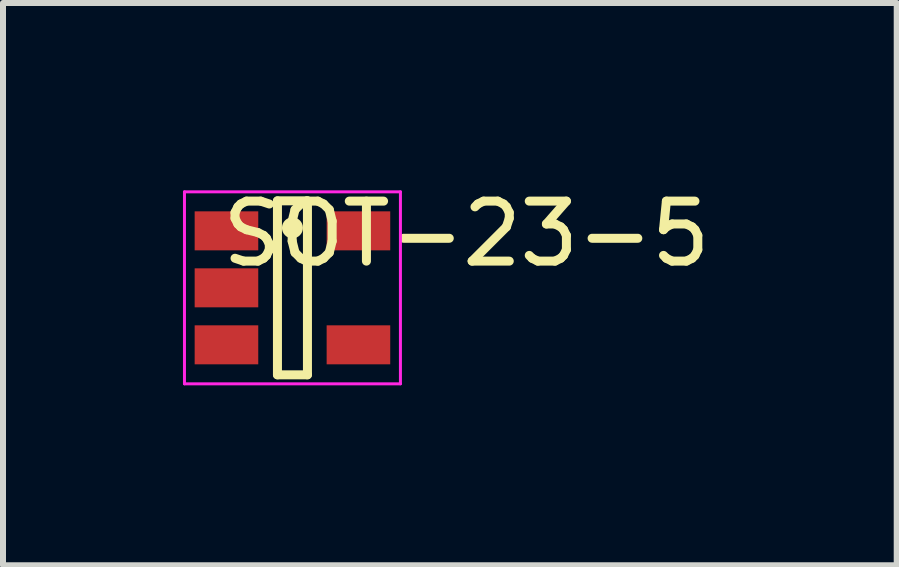
<source format=kicad_pcb>
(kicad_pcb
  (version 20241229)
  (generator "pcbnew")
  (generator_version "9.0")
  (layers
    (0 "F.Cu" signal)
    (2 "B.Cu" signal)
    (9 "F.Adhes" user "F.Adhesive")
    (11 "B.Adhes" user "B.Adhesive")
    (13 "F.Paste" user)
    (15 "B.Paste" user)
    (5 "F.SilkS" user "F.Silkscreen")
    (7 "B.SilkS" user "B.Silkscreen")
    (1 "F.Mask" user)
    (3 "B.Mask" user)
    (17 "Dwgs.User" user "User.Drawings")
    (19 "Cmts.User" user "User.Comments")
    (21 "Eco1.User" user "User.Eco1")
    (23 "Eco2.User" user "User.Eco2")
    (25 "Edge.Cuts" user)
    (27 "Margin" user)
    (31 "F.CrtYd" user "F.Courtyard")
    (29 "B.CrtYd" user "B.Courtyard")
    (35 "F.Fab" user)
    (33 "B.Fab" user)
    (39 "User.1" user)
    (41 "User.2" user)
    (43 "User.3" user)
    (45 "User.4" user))
  (footprint "SOT-23-5"
    (layer "F.Cu")
    (at 1.825 1.748)
    (property "Reference" "SOT-23-5" (at 2.9 -0.9 0) (layer "F.SilkS") (effects (font (size 1 1) (thickness 0.15))))
    (attr smd)
    (fp_line (start -0.25 -1.45) (end -0.25 1.45) (stroke (width 0.15) (type solid)) (layer "F.SilkS"))
    (fp_line (start -0.25 1.45) (end 0.25 1.45) (stroke (width 0.15) (type solid)) (layer "F.SilkS"))
    (fp_line (start 0.25 -1.45) (end -0.25 -1.45) (stroke (width 0.15) (type solid)) (layer "F.SilkS"))
    (fp_line (start 0.25 1.45) (end 0.25 -1.45) (stroke (width 0.15) (type solid)) (layer "F.SilkS"))
    (fp_circle (center 0 -1) (end 0.1 -1) (stroke (width 0.15) (type solid)) (fill no) (layer "F.SilkS"))
    (fp_line (start -1.8 -1.6) (end 1.8 -1.6) (stroke (width 0.05) (type solid)) (layer "F.CrtYd"))
    (fp_line (start -1.8 1.6) (end -1.8 -1.6) (stroke (width 0.05) (type solid)) (layer "F.CrtYd"))
    (fp_line (start 1.8 -1.6) (end 1.8 1.6) (stroke (width 0.05) (type solid)) (layer "F.CrtYd"))
    (fp_line (start 1.8 1.6) (end -1.8 1.6) (stroke (width 0.05) (type solid)) (layer "F.CrtYd"))
    (pad "1" smd rect (at -1.1 -0.95) (size 1.06 0.65) (layers "F.Cu" "F.Mask" "F.Paste"))
    (pad "2" smd rect (at -1.1 0) (size 1.06 0.65) (layers "F.Cu" "F.Mask" "F.Paste"))
    (pad "3" smd rect (at -1.1 0.95) (size 1.06 0.65) (layers "F.Cu" "F.Mask" "F.Paste"))
    (pad "4" smd rect (at 1.1 0.95) (size 1.06 0.65) (layers "F.Cu" "F.Mask" "F.Paste"))
    (pad "5" smd rect (at 1.1 -0.95) (size 1.06 0.65) (layers "F.Cu" "F.Mask" "F.Paste")))
  (gr_rect
    (start -3 -3)
    (end 11.898 6.373)
    (stroke (width 0.1) (type default))
    (fill no)
    (layer "Edge.Cuts")))
</source>
